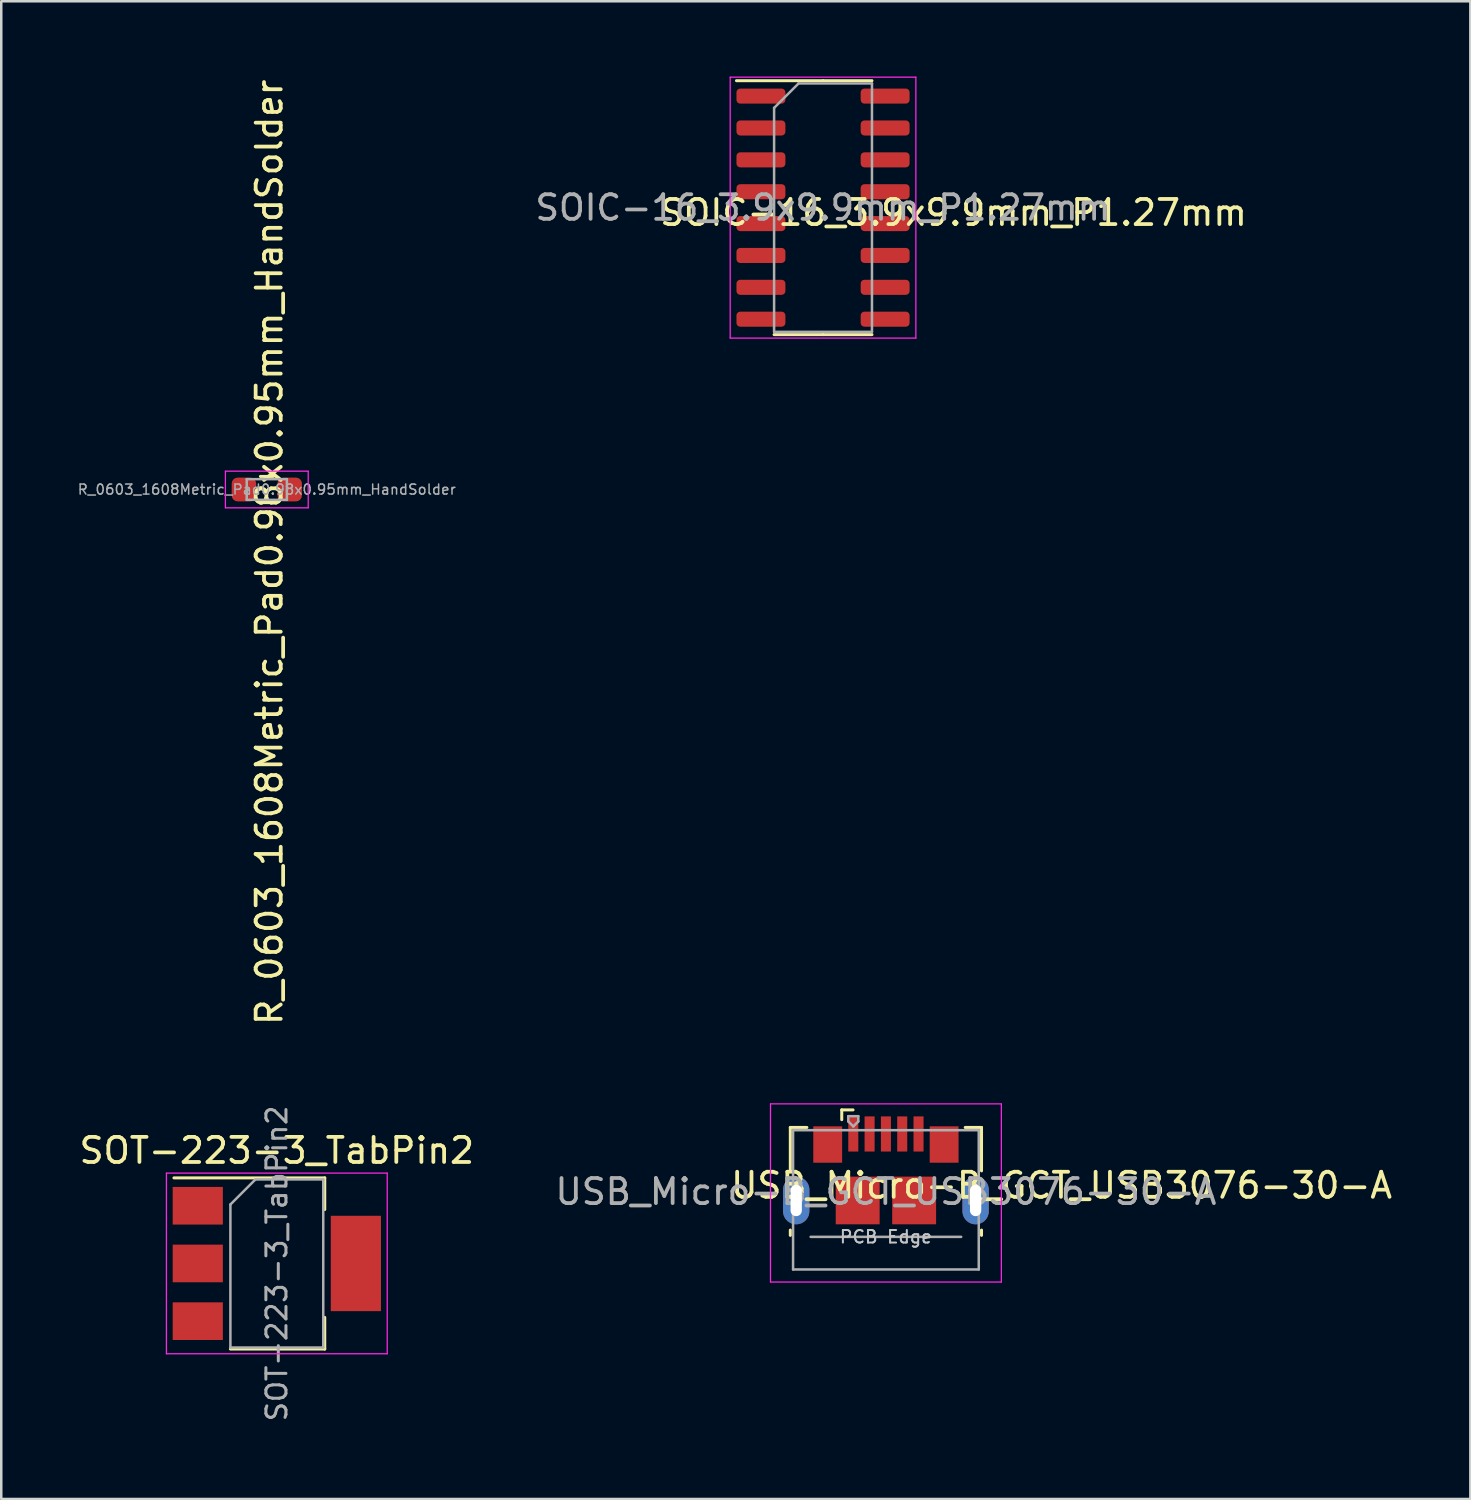
<source format=kicad_pcb>
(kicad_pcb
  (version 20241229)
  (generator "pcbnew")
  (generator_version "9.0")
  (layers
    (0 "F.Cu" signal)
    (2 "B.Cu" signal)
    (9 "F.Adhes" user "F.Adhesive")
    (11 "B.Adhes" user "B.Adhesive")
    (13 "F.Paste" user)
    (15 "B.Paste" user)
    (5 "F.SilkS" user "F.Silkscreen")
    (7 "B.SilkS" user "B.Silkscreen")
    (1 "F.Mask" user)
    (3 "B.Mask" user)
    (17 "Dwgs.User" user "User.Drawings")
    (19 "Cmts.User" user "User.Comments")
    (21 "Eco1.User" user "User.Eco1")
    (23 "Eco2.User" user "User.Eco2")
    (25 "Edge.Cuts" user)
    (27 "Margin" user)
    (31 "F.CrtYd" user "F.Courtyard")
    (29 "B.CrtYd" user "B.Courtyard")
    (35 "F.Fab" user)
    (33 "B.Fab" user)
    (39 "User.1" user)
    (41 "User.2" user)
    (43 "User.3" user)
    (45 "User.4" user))
  (footprint "USB_Micro-B_GCT_USB3076-30-A"
    (layer "F.Cu")
    (at 32.256 43.592)
    (property "Reference" "USB_Micro-B_GCT_USB3076-30-A" (at 7 0.6 180) (layer "F.SilkS") (effects (font (size 1 1) (thickness 0.15))))
    (attr smd)
    (fp_line (start -3.81 -1.71) (end -3.15 -1.71) (stroke (width 0.12) (type solid)) (layer "F.SilkS"))
    (fp_line (start -3.81 0.02) (end -3.81 -1.71) (stroke (width 0.12) (type solid)) (layer "F.SilkS"))
    (fp_line (start -3.81 2.59) (end -3.81 2.38) (stroke (width 0.12) (type solid)) (layer "F.SilkS"))
    (fp_line (start -1.76 -2.41) (end -1.76 -2.02) (stroke (width 0.12) (type solid)) (layer "F.SilkS"))
    (fp_line (start -1.76 -2.41) (end -1.31 -2.41) (stroke (width 0.12) (type solid)) (layer "F.SilkS"))
    (fp_line (start 3.81 -1.71) (end 3.16 -1.71) (stroke (width 0.12) (type solid)) (layer "F.SilkS"))
    (fp_line (start 3.81 0.02) (end 3.81 -1.71) (stroke (width 0.12) (type solid)) (layer "F.SilkS"))
    (fp_line (start 3.81 2.59) (end 3.81 2.38) (stroke (width 0.12) (type solid)) (layer "F.SilkS"))
    (fp_line (start -4.6 -2.65) (end 4.6 -2.65) (stroke (width 0.05) (type solid)) (layer "F.CrtYd"))
    (fp_line (start -4.6 4.45) (end -4.6 -2.65) (stroke (width 0.05) (type solid)) (layer "F.CrtYd"))
    (fp_line (start -4.6 4.45) (end 4.6 4.45) (stroke (width 0.05) (type solid)) (layer "F.CrtYd"))
    (fp_line (start 4.6 -2.65) (end 4.6 4.45) (stroke (width 0.05) (type solid)) (layer "F.CrtYd"))
    (fp_line (start -3.7 -1.6) (end 3.7 -1.6) (stroke (width 0.1) (type solid)) (layer "F.Fab"))
    (fp_line (start -3.7 3.95) (end -3.7 -1.6) (stroke (width 0.1) (type solid)) (layer "F.Fab"))
    (fp_line (start -3.7 3.95) (end 3.7 3.95) (stroke (width 0.1) (type solid)) (layer "F.Fab"))
    (fp_line (start -3 2.65) (end 3 2.65) (stroke (width 0.1) (type solid)) (layer "F.Fab"))
    (fp_line (start -1.5 -2.16) (end -1.5 -1.95) (stroke (width 0.1) (type solid)) (layer "F.Fab"))
    (fp_line (start -1.5 -2.16) (end -1.1 -2.16) (stroke (width 0.1) (type solid)) (layer "F.Fab"))
    (fp_line (start -1.3 -1.75) (end -1.5 -1.95) (stroke (width 0.1) (type solid)) (layer "F.Fab"))
    (fp_line (start -1.1 -2.16) (end -1.1 -1.95) (stroke (width 0.1) (type solid)) (layer "F.Fab"))
    (fp_line (start -1.1 -1.95) (end -1.3 -1.75) (stroke (width 0.1) (type solid)) (layer "F.Fab"))
    (fp_line (start 3.7 3.95) (end 3.7 -1.6) (stroke (width 0.1) (type solid)) (layer "F.Fab"))
    (fp_text user "PCB Edge" (at 0 2.65 180) (layer "Dwgs.User") (effects (font (size 0.5 0.5) (thickness 0.08))))
    (fp_text user "${REFERENCE}" (at 0 0.85 180) (layer "F.Fab") (effects (font (size 1 1) (thickness 0.15))))
    (pad "1" smd rect (at -1.3 -1.45) (size 0.4 1.4) (layers "F.Cu" "F.Mask" "F.Paste"))
    (pad "2" smd rect (at -0.65 -1.45) (size 0.4 1.4) (layers "F.Cu" "F.Mask" "F.Paste"))
    (pad "3" smd rect (at 0 -1.45) (size 0.4 1.4) (layers "F.Cu" "F.Mask" "F.Paste"))
    (pad "4" smd rect (at 0.65 -1.45) (size 0.4 1.4) (layers "F.Cu" "F.Mask" "F.Paste"))
    (pad "5" smd rect (at 1.3 -1.45) (size 0.4 1.4) (layers "F.Cu" "F.Mask" "F.Paste"))
    (pad "6" thru_hole oval (at -3.575 1.2 180) (size 1.05 1.9) (drill oval 0.45 1.25) (layers "*.Cu" "*.Mask"))
    (pad "6" smd rect (at -2.32 -1.03) (size 1.15 1.45) (layers "F.Cu" "F.Mask" "F.Paste"))
    (pad "6" smd rect (at -1.125 1.2) (size 1.75 1.9) (layers "F.Cu" "F.Mask" "F.Paste"))
    (pad "6" smd rect (at 1.125 1.2) (size 1.75 1.9) (layers "F.Cu" "F.Mask" "F.Paste"))
    (pad "6" smd rect (at 2.32 -1.03) (size 1.15 1.45) (layers "F.Cu" "F.Mask" "F.Paste"))
    (pad "6" thru_hole oval (at 3.575 1.2) (size 1.05 1.9) (drill oval 0.45 1.25) (layers "*.Cu" "*.Mask")))
  (footprint "R_0603_1608Metric_Pad0.98x0.95mm_HandSolder"
    (layer "F.Cu")
    (at 7.583 16.458)
    (property "Reference" "R_0603_1608Metric_Pad0.98x0.95mm_HandSolder" (at 0.1 2.5 270) (layer "F.SilkS") (effects (font (size 1 1) (thickness 0.15))))
    (attr smd)
    (fp_line (start -0.255 -0.522) (end 0.255 -0.522) (stroke (width 0.12) (type solid)) (layer "F.SilkS"))
    (fp_line (start -0.255 0.522) (end 0.255 0.522) (stroke (width 0.12) (type solid)) (layer "F.SilkS"))
    (fp_line (start -1.65 -0.73) (end 1.65 -0.73) (stroke (width 0.05) (type solid)) (layer "F.CrtYd"))
    (fp_line (start -1.65 0.73) (end -1.65 -0.73) (stroke (width 0.05) (type solid)) (layer "F.CrtYd"))
    (fp_line (start 1.65 -0.73) (end 1.65 0.73) (stroke (width 0.05) (type solid)) (layer "F.CrtYd"))
    (fp_line (start 1.65 0.73) (end -1.65 0.73) (stroke (width 0.05) (type solid)) (layer "F.CrtYd"))
    (fp_line (start -0.8 -0.412) (end 0.8 -0.412) (stroke (width 0.1) (type solid)) (layer "F.Fab"))
    (fp_line (start -0.8 0.412) (end -0.8 -0.412) (stroke (width 0.1) (type solid)) (layer "F.Fab"))
    (fp_line (start 0.8 -0.412) (end 0.8 0.412) (stroke (width 0.1) (type solid)) (layer "F.Fab"))
    (fp_line (start 0.8 0.412) (end -0.8 0.412) (stroke (width 0.1) (type solid)) (layer "F.Fab"))
    (fp_text user "${REFERENCE}" (at 0 0 0) (layer "F.Fab") (effects (font (size 0.4 0.4) (thickness 0.06))))
    (pad "1" smd roundrect (at -0.912 0) (size 0.975 0.95) (layers "F.Cu" "F.Mask" "F.Paste") (roundrect_rratio 0.25))
    (pad "2" smd roundrect (at 0.912 0) (size 0.975 0.95) (layers "F.Cu" "F.Mask" "F.Paste") (roundrect_rratio 0.25)))
  (footprint "SOIC-16_3.9x9.9mm_P1.27mm"
    (layer "F.Cu")
    (at 29.75 5.225)
    (property "Reference" "SOIC-16_3.9x9.9mm_P1.27mm" (at 5.2 0.2 0) (layer "F.SilkS") (effects (font (size 1 1) (thickness 0.15))))
    (attr smd)
    (fp_line (start 0 -5.06) (end -3.45 -5.06) (stroke (width 0.12) (type solid)) (layer "F.SilkS"))
    (fp_line (start 0 -5.06) (end 1.95 -5.06) (stroke (width 0.12) (type solid)) (layer "F.SilkS"))
    (fp_line (start 0 5.06) (end -1.95 5.06) (stroke (width 0.12) (type solid)) (layer "F.SilkS"))
    (fp_line (start 0 5.06) (end 1.95 5.06) (stroke (width 0.12) (type solid)) (layer "F.SilkS"))
    (fp_line (start -3.7 -5.2) (end -3.7 5.2) (stroke (width 0.05) (type solid)) (layer "F.CrtYd"))
    (fp_line (start -3.7 5.2) (end 3.7 5.2) (stroke (width 0.05) (type solid)) (layer "F.CrtYd"))
    (fp_line (start 3.7 -5.2) (end -3.7 -5.2) (stroke (width 0.05) (type solid)) (layer "F.CrtYd"))
    (fp_line (start 3.7 5.2) (end 3.7 -5.2) (stroke (width 0.05) (type solid)) (layer "F.CrtYd"))
    (fp_line (start -1.95 -3.975) (end -0.975 -4.95) (stroke (width 0.1) (type solid)) (layer "F.Fab"))
    (fp_line (start -1.95 4.95) (end -1.95 -3.975) (stroke (width 0.1) (type solid)) (layer "F.Fab"))
    (fp_line (start -0.975 -4.95) (end 1.95 -4.95) (stroke (width 0.1) (type solid)) (layer "F.Fab"))
    (fp_line (start 1.95 -4.95) (end 1.95 4.95) (stroke (width 0.1) (type solid)) (layer "F.Fab"))
    (fp_line (start 1.95 4.95) (end -1.95 4.95) (stroke (width 0.1) (type solid)) (layer "F.Fab"))
    (fp_text user "${REFERENCE}" (at 0 0 0) (layer "F.Fab") (effects (font (size 0.98 0.98) (thickness 0.15))))
    (pad "1" smd roundrect (at -2.475 -4.445) (size 1.95 0.6) (layers "F.Cu" "F.Mask" "F.Paste") (roundrect_rratio 0.25))
    (pad "2" smd roundrect (at -2.475 -3.175) (size 1.95 0.6) (layers "F.Cu" "F.Mask" "F.Paste") (roundrect_rratio 0.25))
    (pad "3" smd roundrect (at -2.475 -1.905) (size 1.95 0.6) (layers "F.Cu" "F.Mask" "F.Paste") (roundrect_rratio 0.25))
    (pad "4" smd roundrect (at -2.475 -0.635) (size 1.95 0.6) (layers "F.Cu" "F.Mask" "F.Paste") (roundrect_rratio 0.25))
    (pad "5" smd roundrect (at -2.475 0.635) (size 1.95 0.6) (layers "F.Cu" "F.Mask" "F.Paste") (roundrect_rratio 0.25))
    (pad "6" smd roundrect (at -2.475 1.905) (size 1.95 0.6) (layers "F.Cu" "F.Mask" "F.Paste") (roundrect_rratio 0.25))
    (pad "7" smd roundrect (at -2.475 3.175) (size 1.95 0.6) (layers "F.Cu" "F.Mask" "F.Paste") (roundrect_rratio 0.25))
    (pad "8" smd roundrect (at -2.475 4.445) (size 1.95 0.6) (layers "F.Cu" "F.Mask" "F.Paste") (roundrect_rratio 0.25))
    (pad "9" smd roundrect (at 2.475 4.445) (size 1.95 0.6) (layers "F.Cu" "F.Mask" "F.Paste") (roundrect_rratio 0.25))
    (pad "10" smd roundrect (at 2.475 3.175) (size 1.95 0.6) (layers "F.Cu" "F.Mask" "F.Paste") (roundrect_rratio 0.25))
    (pad "11" smd roundrect (at 2.475 1.905) (size 1.95 0.6) (layers "F.Cu" "F.Mask" "F.Paste") (roundrect_rratio 0.25))
    (pad "12" smd roundrect (at 2.475 0.635) (size 1.95 0.6) (layers "F.Cu" "F.Mask" "F.Paste") (roundrect_rratio 0.25))
    (pad "13" smd roundrect (at 2.475 -0.635) (size 1.95 0.6) (layers "F.Cu" "F.Mask" "F.Paste") (roundrect_rratio 0.25))
    (pad "14" smd roundrect (at 2.475 -1.905) (size 1.95 0.6) (layers "F.Cu" "F.Mask" "F.Paste") (roundrect_rratio 0.25))
    (pad "15" smd roundrect (at 2.475 -3.175) (size 1.95 0.6) (layers "F.Cu" "F.Mask" "F.Paste") (roundrect_rratio 0.25))
    (pad "16" smd roundrect (at 2.475 -4.445) (size 1.95 0.6) (layers "F.Cu" "F.Mask" "F.Paste") (roundrect_rratio 0.25)))
  (footprint "SOT-223-3_TabPin2"
    (layer "F.Cu")
    (at 7.982 47.302)
    (property "Reference" "SOT-223-3_TabPin2" (at 0 -4.5 180) (layer "F.SilkS") (effects (font (size 1 1) (thickness 0.15))))
    (attr smd)
    (fp_line (start -4.1 -3.41) (end 1.91 -3.41) (stroke (width 0.12) (type solid)) (layer "F.SilkS"))
    (fp_line (start -1.85 3.41) (end 1.91 3.41) (stroke (width 0.12) (type solid)) (layer "F.SilkS"))
    (fp_line (start 1.91 -3.41) (end 1.91 -2.15) (stroke (width 0.12) (type solid)) (layer "F.SilkS"))
    (fp_line (start 1.91 3.41) (end 1.91 2.15) (stroke (width 0.12) (type solid)) (layer "F.SilkS"))
    (fp_line (start -4.4 -3.6) (end -4.4 3.6) (stroke (width 0.05) (type solid)) (layer "F.CrtYd"))
    (fp_line (start -4.4 3.6) (end 4.4 3.6) (stroke (width 0.05) (type solid)) (layer "F.CrtYd"))
    (fp_line (start 4.4 -3.6) (end -4.4 -3.6) (stroke (width 0.05) (type solid)) (layer "F.CrtYd"))
    (fp_line (start 4.4 3.6) (end 4.4 -3.6) (stroke (width 0.05) (type solid)) (layer "F.CrtYd"))
    (fp_line (start -1.85 -2.35) (end -1.85 3.35) (stroke (width 0.1) (type solid)) (layer "F.Fab"))
    (fp_line (start -1.85 -2.35) (end -0.85 -3.35) (stroke (width 0.1) (type solid)) (layer "F.Fab"))
    (fp_line (start -1.85 3.35) (end 1.85 3.35) (stroke (width 0.1) (type solid)) (layer "F.Fab"))
    (fp_line (start -0.85 -3.35) (end 1.85 -3.35) (stroke (width 0.1) (type solid)) (layer "F.Fab"))
    (fp_line (start 1.85 -3.35) (end 1.85 3.35) (stroke (width 0.1) (type solid)) (layer "F.Fab"))
    (fp_text user "${REFERENCE}" (at 0 0 270) (layer "F.Fab") (effects (font (size 0.8 0.8) (thickness 0.12))))
    (pad "1" smd rect (at -3.15 -2.3) (size 2 1.5) (layers "F.Cu" "F.Mask" "F.Paste"))
    (pad "2" smd rect (at -3.15 0) (size 2 1.5) (layers "F.Cu" "F.Mask" "F.Paste"))
    (pad "2" smd rect (at 3.15 0) (size 2 3.8) (layers "F.Cu" "F.Mask" "F.Paste"))
    (pad "3" smd rect (at -3.15 2.3) (size 2 1.5) (layers "F.Cu" "F.Mask" "F.Paste")))
  (gr_rect
    (start -3 -3)
    (end 55.548 56.688)
    (stroke (width 0.1) (type default))
    (fill no)
    (layer "Edge.Cuts")))
</source>
